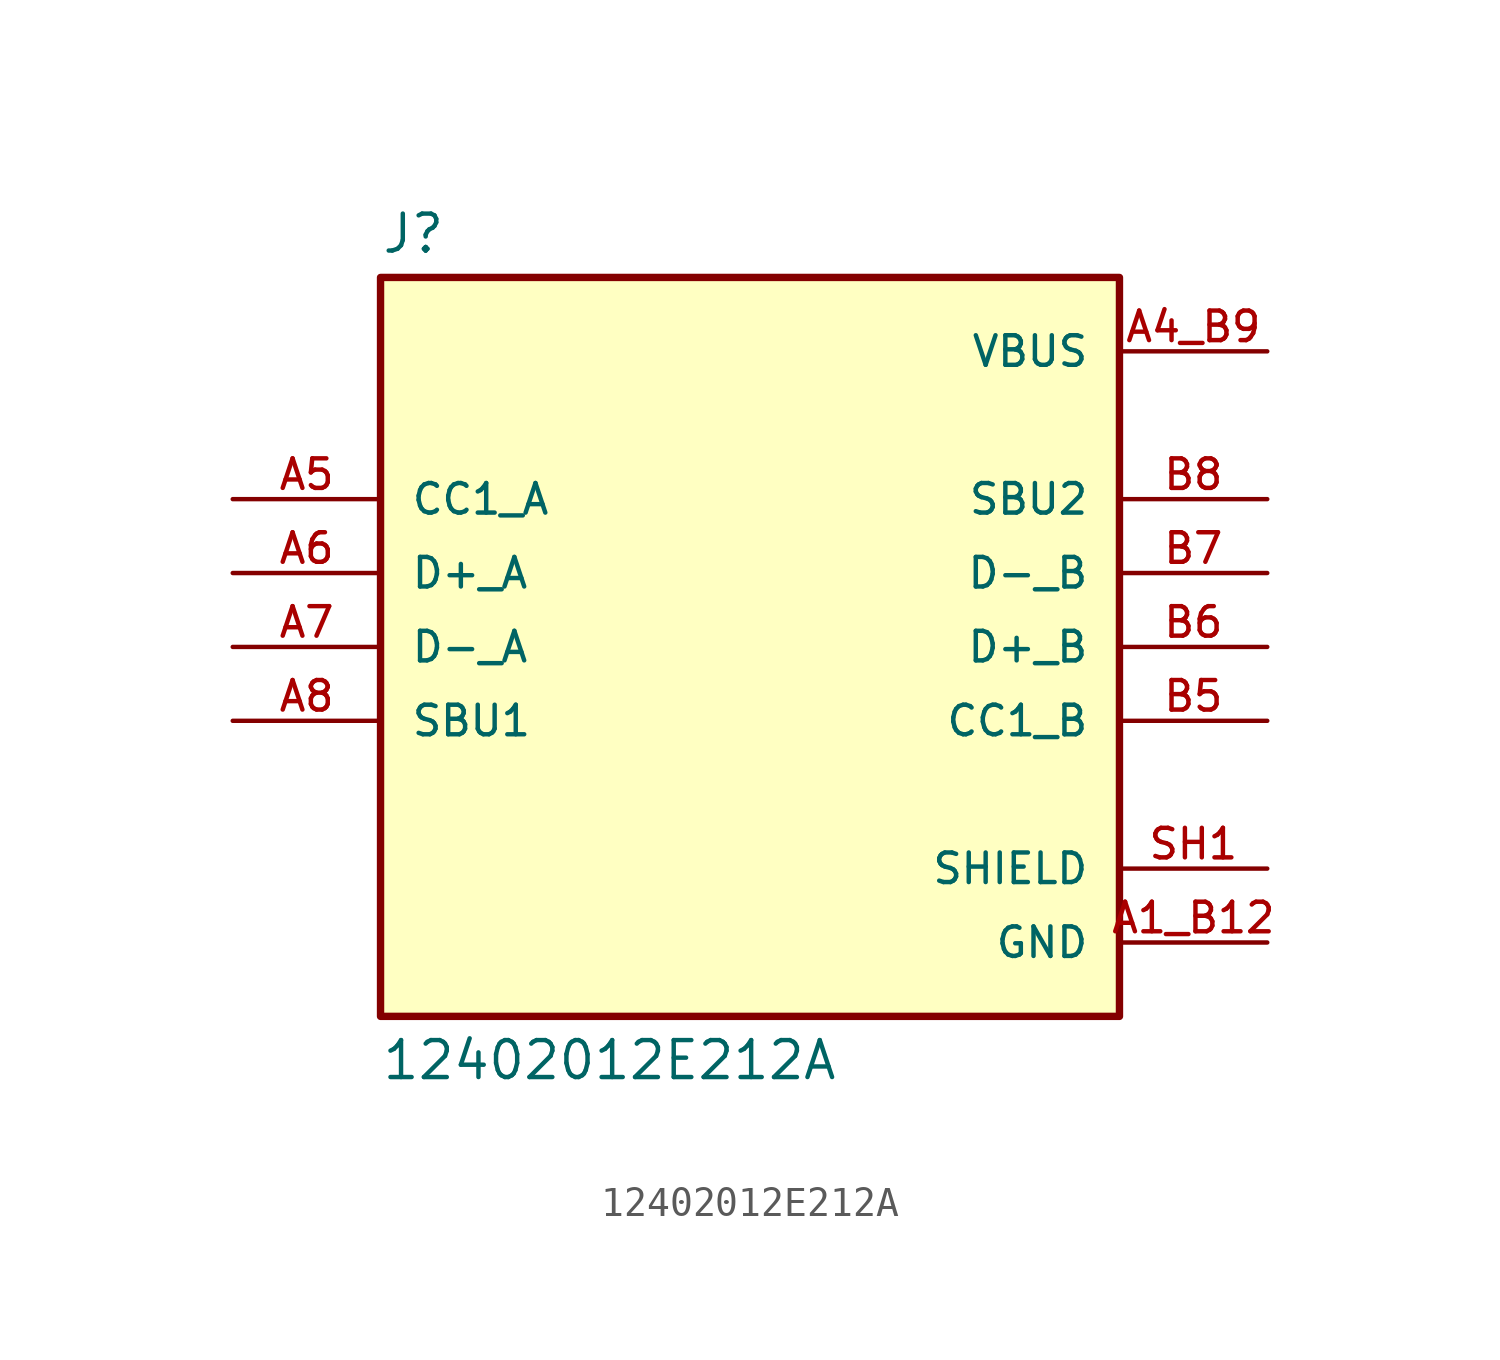
<source format=kicad_sym>
(kicad_symbol_lib
  (version 20211014)
  (generator kicad_symbol_editor)
  (symbol "12402012E212A"
    (pin_names
      (offset 1.016))
    (property "Reference" "J"
      (at -12.7 13.462 0)
      (effects (font (size 1.27 1.27)) (justify bottom left)))
    (property "Value" "12402012E212A"
      (at -12.7 -13.462 0.0)
      (effects (font (size 1.27 1.27)) (justify top left)))
    (symbol "12402012E212A_0_0"
      (rectangle (start -12.7 -12.7) (end 12.7 12.7) (stroke (width 0.254)) (fill (type background)))
      (pin bidirectional line (at -17.78 2.54 0) (length 5.08) (name "D+_A" (effects (font (size 1.016 1.016)))) (number "A6" (effects (font (size 1.016 1.016)))))
      (pin bidirectional line (at -17.78 5.08 0) (length 5.08) (name "CC1_A" (effects (font (size 1.016 1.016)))) (number "A5" (effects (font (size 1.016 1.016)))))
      (pin bidirectional line (at -17.78 -2.54 0) (length 5.08) (name "SBU1" (effects (font (size 1.016 1.016)))) (number "A8" (effects (font (size 1.016 1.016)))))
      (pin bidirectional line (at -17.78 0.0 0) (length 5.08) (name "D-_A" (effects (font (size 1.016 1.016)))) (number "A7" (effects (font (size 1.016 1.016)))))
      (pin passive line (at 17.78 -7.62 180.0) (length 5.08) (name "SHIELD" (effects (font (size 1.016 1.016)))) (number "SH1" (effects (font (size 1.016 1.016)))))
      (pin passive line (at 17.78 -7.62 180.0) (length 5.08) hide (name "SHIELD" (effects (font (size 1.016 1.016)))) (number "SH2" (effects (font (size 1.016 1.016)))))
      (pin passive line (at 17.78 -7.62 180.0) (length 5.08) hide (name "SHIELD" (effects (font (size 1.016 1.016)))) (number "SH3" (effects (font (size 1.016 1.016)))))
      (pin passive line (at 17.78 -7.62 180.0) (length 5.08) hide (name "SHIELD" (effects (font (size 1.016 1.016)))) (number "SH4" (effects (font (size 1.016 1.016)))))
      (pin power_in line (at 17.78 -10.16 180.0) (length 5.08) (name "GND" (effects (font (size 1.016 1.016)))) (number "A1_B12" (effects (font (size 1.016 1.016)))))
      (pin power_in line (at 17.78 -10.16 180.0) (length 5.08) hide (name "GND" (effects (font (size 1.016 1.016)))) (number "B1_A12" (effects (font (size 1.016 1.016)))))
      (pin power_in line (at 17.78 10.16 180.0) (length 5.08) (name "VBUS" (effects (font (size 1.016 1.016)))) (number "A4_B9" (effects (font (size 1.016 1.016)))))
      (pin power_in line (at 17.78 10.16 180.0) (length 5.08) hide (name "VBUS" (effects (font (size 1.016 1.016)))) (number "B4_A9" (effects (font (size 1.016 1.016)))))
      (pin bidirectional line (at 17.78 0.0 180.0) (length 5.08) (name "D+_B" (effects (font (size 1.016 1.016)))) (number "B6" (effects (font (size 1.016 1.016)))))
      (pin bidirectional line (at 17.78 -2.54 180.0) (length 5.08) (name "CC1_B" (effects (font (size 1.016 1.016)))) (number "B5" (effects (font (size 1.016 1.016)))))
      (pin bidirectional line (at 17.78 5.08 180.0) (length 5.08) (name "SBU2" (effects (font (size 1.016 1.016)))) (number "B8" (effects (font (size 1.016 1.016)))))
      (pin bidirectional line (at 17.78 2.54 180.0) (length 5.08) (name "D-_B" (effects (font (size 1.016 1.016)))) (number "B7" (effects (font (size 1.016 1.016))))))))
</source>
